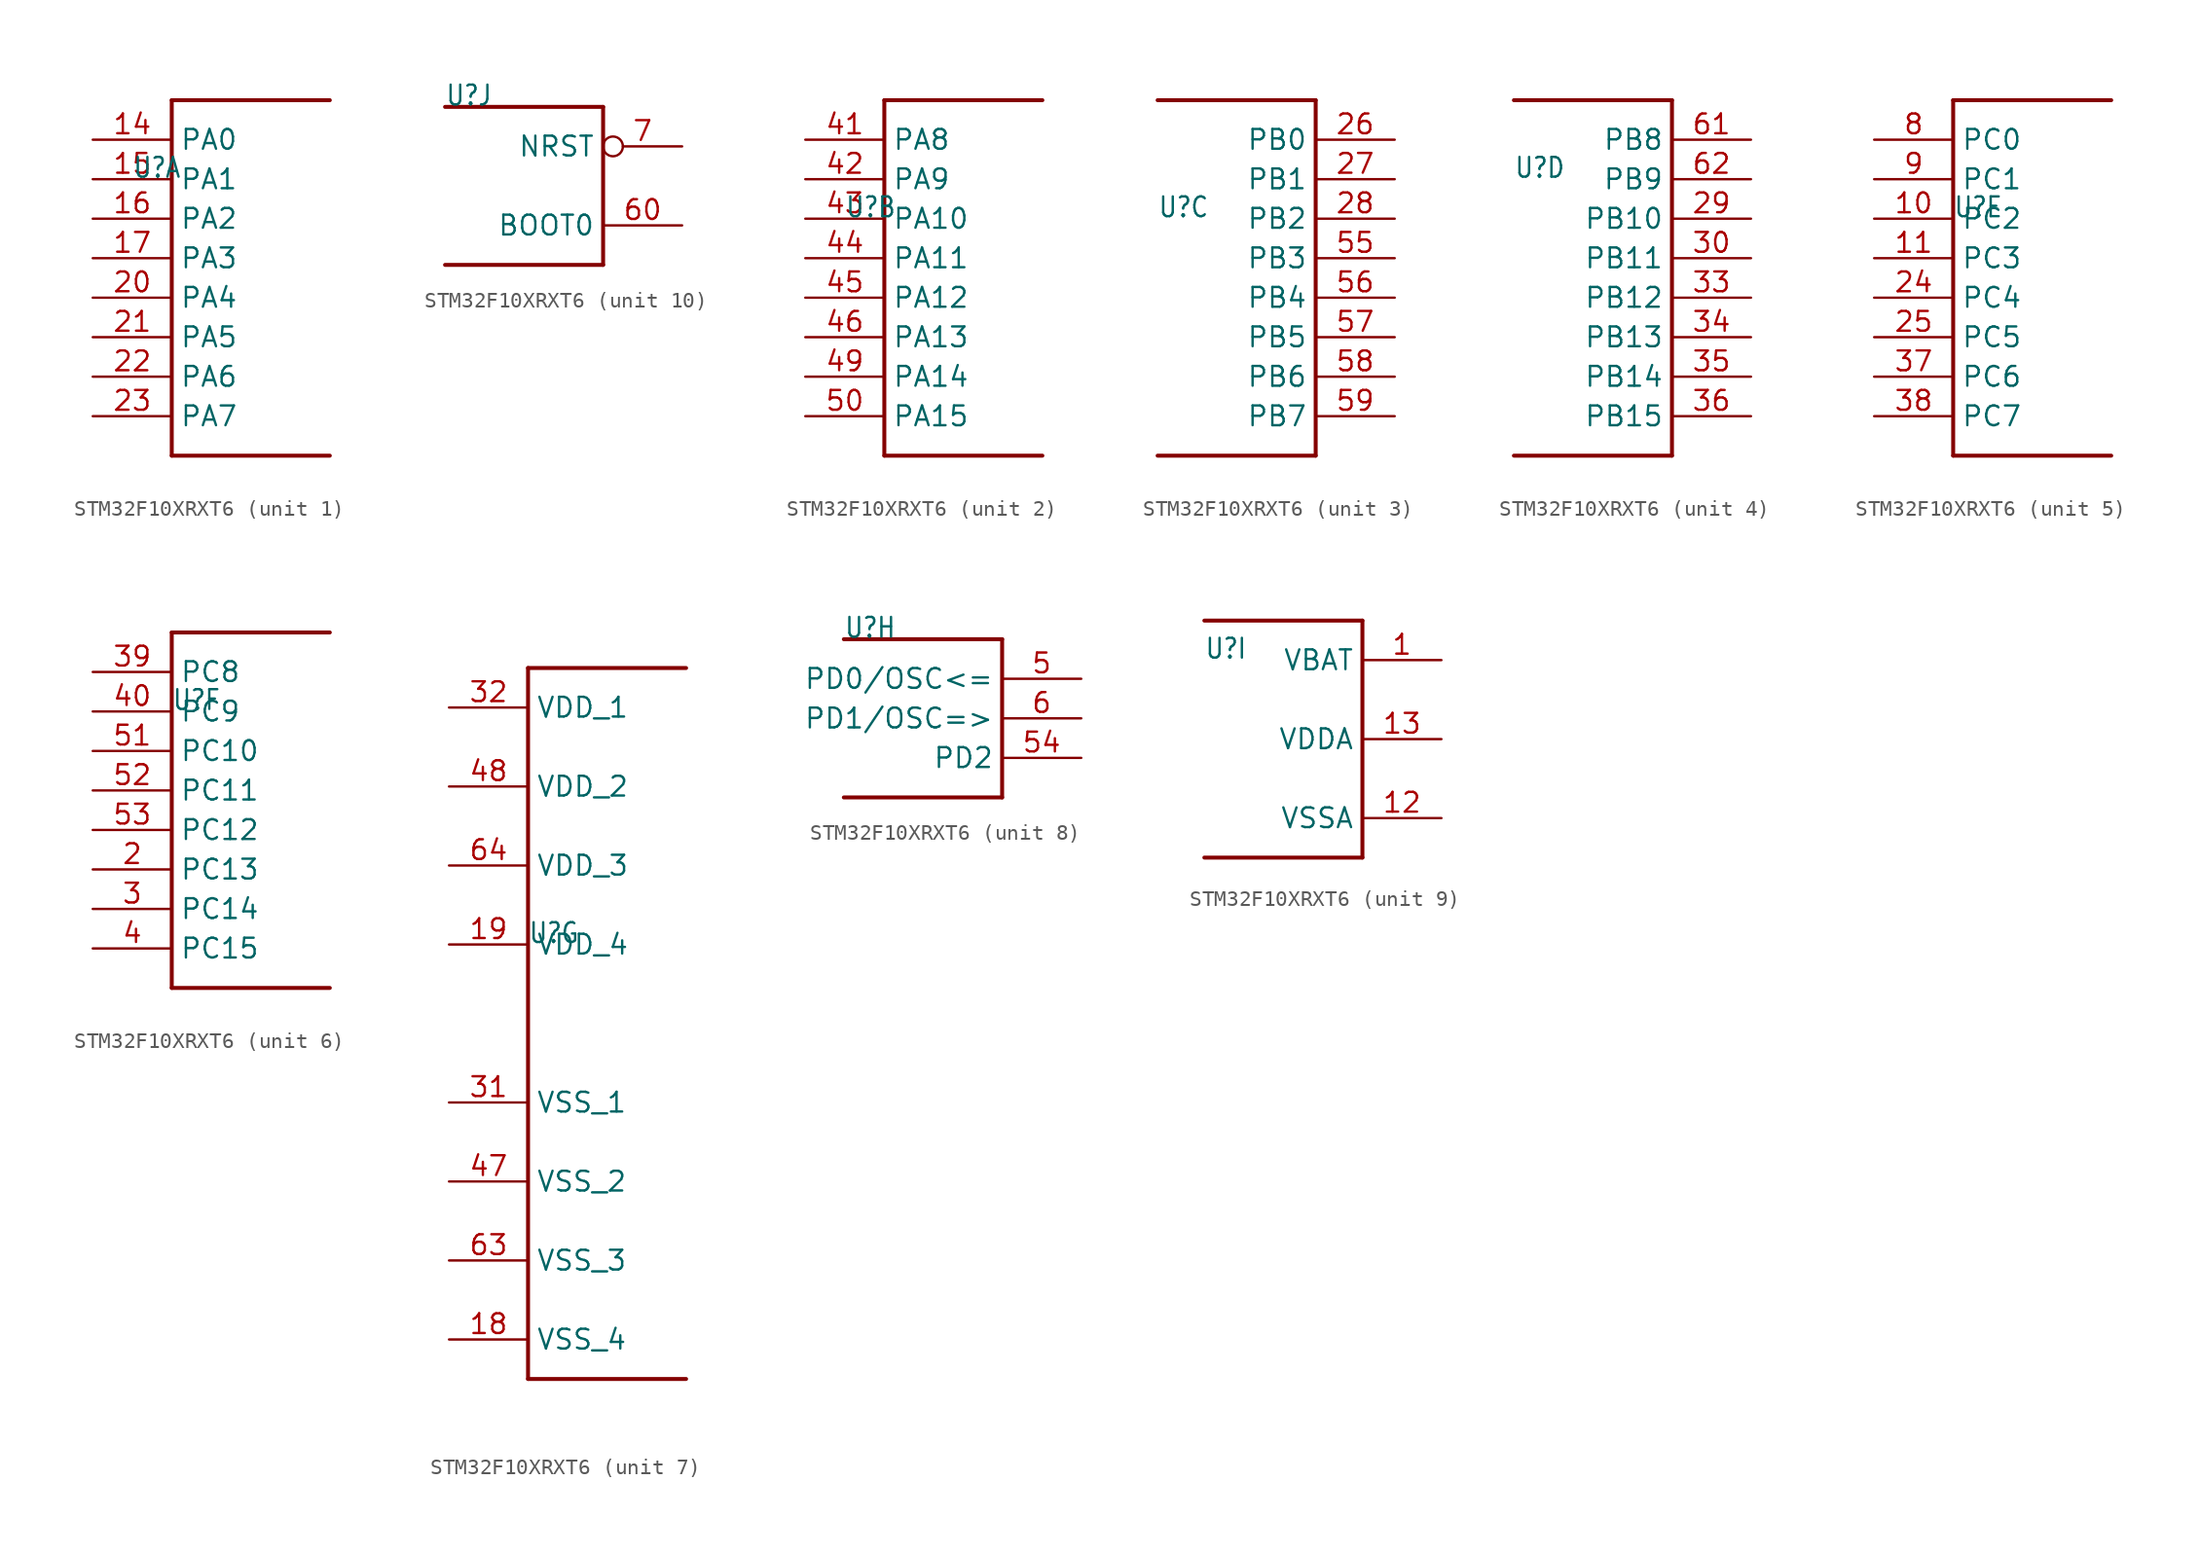
<source format=kicad_sym>
(kicad_symbol_lib
  (version 20220914)
  (generator kicad_symbol_editor)
  (symbol "STM32F10XRXT6"
    (property "Reference" "U"
      (at -5.08 5.08 0)
      (effects (font (size 1.27 1.079)) (justify left bottom)))
    (property "ki_locked" ""
      (at 0 0 0)
      (effects (font (size 1.27 1.27))))
    (symbol "STM32F10XRXT6_1_0"
      (polyline (pts (xy -2.54 -12.7) (xy 7.62 -12.7)) (stroke (width 0.254) (type solid)) (fill (type none)))
      (polyline (pts (xy -2.54 10.16) (xy -2.54 -12.7)) (stroke (width 0.254) (type solid)) (fill (type none)))
      (polyline (pts (xy 7.62 10.16) (xy -2.54 10.16)) (stroke (width 0.254) (type solid)) (fill (type none)))
      (pin bidirectional line (at -7.62 7.62 0) (length 5.08) (name "PA0" (effects (font (size 1.27 1.27)))) (number "14" (effects (font (size 1.27 1.27)))))
      (pin bidirectional line (at -7.62 5.08 0) (length 5.08) (name "PA1" (effects (font (size 1.27 1.27)))) (number "15" (effects (font (size 1.27 1.27)))))
      (pin bidirectional line (at -7.62 2.54 0) (length 5.08) (name "PA2" (effects (font (size 1.27 1.27)))) (number "16" (effects (font (size 1.27 1.27)))))
      (pin bidirectional line (at -7.62 0 0) (length 5.08) (name "PA3" (effects (font (size 1.27 1.27)))) (number "17" (effects (font (size 1.27 1.27)))))
      (pin bidirectional line (at -7.62 -2.54 0) (length 5.08) (name "PA4" (effects (font (size 1.27 1.27)))) (number "20" (effects (font (size 1.27 1.27)))))
      (pin bidirectional line (at -7.62 -5.08 0) (length 5.08) (name "PA5" (effects (font (size 1.27 1.27)))) (number "21" (effects (font (size 1.27 1.27)))))
      (pin bidirectional line (at -7.62 -7.62 0) (length 5.08) (name "PA6" (effects (font (size 1.27 1.27)))) (number "22" (effects (font (size 1.27 1.27)))))
      (pin bidirectional line (at -7.62 -10.16 0) (length 5.08) (name "PA7" (effects (font (size 1.27 1.27)))) (number "23" (effects (font (size 1.27 1.27))))))
    (symbol "STM32F10XRXT6_2_0"
      (polyline (pts (xy -2.54 -10.16) (xy 7.62 -10.16)) (stroke (width 0.254) (type solid)) (fill (type none)))
      (polyline (pts (xy -2.54 12.7) (xy -2.54 -10.16)) (stroke (width 0.254) (type solid)) (fill (type none)))
      (polyline (pts (xy 7.62 12.7) (xy -2.54 12.7)) (stroke (width 0.254) (type solid)) (fill (type none)))
      (pin bidirectional line (at -7.62 10.16 0) (length 5.08) (name "PA8" (effects (font (size 1.27 1.27)))) (number "41" (effects (font (size 1.27 1.27)))))
      (pin bidirectional line (at -7.62 7.62 0) (length 5.08) (name "PA9" (effects (font (size 1.27 1.27)))) (number "42" (effects (font (size 1.27 1.27)))))
      (pin bidirectional line (at -7.62 5.08 0) (length 5.08) (name "PA10" (effects (font (size 1.27 1.27)))) (number "43" (effects (font (size 1.27 1.27)))))
      (pin bidirectional line (at -7.62 2.54 0) (length 5.08) (name "PA11" (effects (font (size 1.27 1.27)))) (number "44" (effects (font (size 1.27 1.27)))))
      (pin bidirectional line (at -7.62 0 0) (length 5.08) (name "PA12" (effects (font (size 1.27 1.27)))) (number "45" (effects (font (size 1.27 1.27)))))
      (pin bidirectional line (at -7.62 -2.54 0) (length 5.08) (name "PA13" (effects (font (size 1.27 1.27)))) (number "46" (effects (font (size 1.27 1.27)))))
      (pin bidirectional line (at -7.62 -5.08 0) (length 5.08) (name "PA14" (effects (font (size 1.27 1.27)))) (number "49" (effects (font (size 1.27 1.27)))))
      (pin bidirectional line (at -7.62 -7.62 0) (length 5.08) (name "PA15" (effects (font (size 1.27 1.27)))) (number "50" (effects (font (size 1.27 1.27))))))
    (symbol "STM32F10XRXT6_3_0"
      (polyline (pts (xy -5.08 12.7) (xy 5.08 12.7)) (stroke (width 0.254) (type solid)) (fill (type none)))
      (polyline (pts (xy 5.08 -10.16) (xy -5.08 -10.16)) (stroke (width 0.254) (type solid)) (fill (type none)))
      (polyline (pts (xy 5.08 12.7) (xy 5.08 -10.16)) (stroke (width 0.254) (type solid)) (fill (type none)))
      (pin bidirectional line (at 10.16 10.16 180) (length 5.08) (name "PB0" (effects (font (size 1.27 1.27)))) (number "26" (effects (font (size 1.27 1.27)))))
      (pin bidirectional line (at 10.16 7.62 180) (length 5.08) (name "PB1" (effects (font (size 1.27 1.27)))) (number "27" (effects (font (size 1.27 1.27)))))
      (pin bidirectional line (at 10.16 5.08 180) (length 5.08) (name "PB2" (effects (font (size 1.27 1.27)))) (number "28" (effects (font (size 1.27 1.27)))))
      (pin bidirectional line (at 10.16 2.54 180) (length 5.08) (name "PB3" (effects (font (size 1.27 1.27)))) (number "55" (effects (font (size 1.27 1.27)))))
      (pin bidirectional line (at 10.16 0 180) (length 5.08) (name "PB4" (effects (font (size 1.27 1.27)))) (number "56" (effects (font (size 1.27 1.27)))))
      (pin bidirectional line (at 10.16 -2.54 180) (length 5.08) (name "PB5" (effects (font (size 1.27 1.27)))) (number "57" (effects (font (size 1.27 1.27)))))
      (pin bidirectional line (at 10.16 -5.08 180) (length 5.08) (name "PB6" (effects (font (size 1.27 1.27)))) (number "58" (effects (font (size 1.27 1.27)))))
      (pin bidirectional line (at 10.16 -7.62 180) (length 5.08) (name "PB7" (effects (font (size 1.27 1.27)))) (number "59" (effects (font (size 1.27 1.27))))))
    (symbol "STM32F10XRXT6_4_0"
      (polyline (pts (xy -5.08 10.16) (xy 5.08 10.16)) (stroke (width 0.254) (type solid)) (fill (type none)))
      (polyline (pts (xy 5.08 -12.7) (xy -5.08 -12.7)) (stroke (width 0.254) (type solid)) (fill (type none)))
      (polyline (pts (xy 5.08 10.16) (xy 5.08 -12.7)) (stroke (width 0.254) (type solid)) (fill (type none)))
      (pin bidirectional line (at 10.16 2.54 180) (length 5.08) (name "PB10" (effects (font (size 1.27 1.27)))) (number "29" (effects (font (size 1.27 1.27)))))
      (pin bidirectional line (at 10.16 0 180) (length 5.08) (name "PB11" (effects (font (size 1.27 1.27)))) (number "30" (effects (font (size 1.27 1.27)))))
      (pin bidirectional line (at 10.16 -2.54 180) (length 5.08) (name "PB12" (effects (font (size 1.27 1.27)))) (number "33" (effects (font (size 1.27 1.27)))))
      (pin bidirectional line (at 10.16 -5.08 180) (length 5.08) (name "PB13" (effects (font (size 1.27 1.27)))) (number "34" (effects (font (size 1.27 1.27)))))
      (pin bidirectional line (at 10.16 -7.62 180) (length 5.08) (name "PB14" (effects (font (size 1.27 1.27)))) (number "35" (effects (font (size 1.27 1.27)))))
      (pin bidirectional line (at 10.16 -10.16 180) (length 5.08) (name "PB15" (effects (font (size 1.27 1.27)))) (number "36" (effects (font (size 1.27 1.27)))))
      (pin bidirectional line (at 10.16 7.62 180) (length 5.08) (name "PB8" (effects (font (size 1.27 1.27)))) (number "61" (effects (font (size 1.27 1.27)))))
      (pin bidirectional line (at 10.16 5.08 180) (length 5.08) (name "PB9" (effects (font (size 1.27 1.27)))) (number "62" (effects (font (size 1.27 1.27))))))
    (symbol "STM32F10XRXT6_5_0"
      (polyline (pts (xy -5.08 -10.16) (xy 5.08 -10.16)) (stroke (width 0.254) (type solid)) (fill (type none)))
      (polyline (pts (xy -5.08 12.7) (xy -5.08 -10.16)) (stroke (width 0.254) (type solid)) (fill (type none)))
      (polyline (pts (xy 5.08 12.7) (xy -5.08 12.7)) (stroke (width 0.254) (type solid)) (fill (type none)))
      (pin bidirectional line (at -10.16 5.08 0) (length 5.08) (name "PC2" (effects (font (size 1.27 1.27)))) (number "10" (effects (font (size 1.27 1.27)))))
      (pin bidirectional line (at -10.16 2.54 0) (length 5.08) (name "PC3" (effects (font (size 1.27 1.27)))) (number "11" (effects (font (size 1.27 1.27)))))
      (pin bidirectional line (at -10.16 0 0) (length 5.08) (name "PC4" (effects (font (size 1.27 1.27)))) (number "24" (effects (font (size 1.27 1.27)))))
      (pin bidirectional line (at -10.16 -2.54 0) (length 5.08) (name "PC5" (effects (font (size 1.27 1.27)))) (number "25" (effects (font (size 1.27 1.27)))))
      (pin bidirectional line (at -10.16 -5.08 0) (length 5.08) (name "PC6" (effects (font (size 1.27 1.27)))) (number "37" (effects (font (size 1.27 1.27)))))
      (pin bidirectional line (at -10.16 -7.62 0) (length 5.08) (name "PC7" (effects (font (size 1.27 1.27)))) (number "38" (effects (font (size 1.27 1.27)))))
      (pin bidirectional line (at -10.16 10.16 0) (length 5.08) (name "PC0" (effects (font (size 1.27 1.27)))) (number "8" (effects (font (size 1.27 1.27)))))
      (pin bidirectional line (at -10.16 7.62 0) (length 5.08) (name "PC1" (effects (font (size 1.27 1.27)))) (number "9" (effects (font (size 1.27 1.27))))))
    (symbol "STM32F10XRXT6_6_0"
      (polyline (pts (xy -5.08 -12.7) (xy 5.08 -12.7)) (stroke (width 0.254) (type solid)) (fill (type none)))
      (polyline (pts (xy -5.08 10.16) (xy -5.08 -12.7)) (stroke (width 0.254) (type solid)) (fill (type none)))
      (polyline (pts (xy 5.08 10.16) (xy -5.08 10.16)) (stroke (width 0.254) (type solid)) (fill (type none)))
      (pin bidirectional line (at -10.16 -5.08 0) (length 5.08) (name "PC13" (effects (font (size 1.27 1.27)))) (number "2" (effects (font (size 1.27 1.27)))))
      (pin bidirectional line (at -10.16 -7.62 0) (length 5.08) (name "PC14" (effects (font (size 1.27 1.27)))) (number "3" (effects (font (size 1.27 1.27)))))
      (pin bidirectional line (at -10.16 7.62 0) (length 5.08) (name "PC8" (effects (font (size 1.27 1.27)))) (number "39" (effects (font (size 1.27 1.27)))))
      (pin bidirectional line (at -10.16 -10.16 0) (length 5.08) (name "PC15" (effects (font (size 1.27 1.27)))) (number "4" (effects (font (size 1.27 1.27)))))
      (pin bidirectional line (at -10.16 5.08 0) (length 5.08) (name "PC9" (effects (font (size 1.27 1.27)))) (number "40" (effects (font (size 1.27 1.27)))))
      (pin bidirectional line (at -10.16 2.54 0) (length 5.08) (name "PC10" (effects (font (size 1.27 1.27)))) (number "51" (effects (font (size 1.27 1.27)))))
      (pin bidirectional line (at -10.16 0 0) (length 5.08) (name "PC11" (effects (font (size 1.27 1.27)))) (number "52" (effects (font (size 1.27 1.27)))))
      (pin bidirectional line (at -10.16 -2.54 0) (length 5.08) (name "PC12" (effects (font (size 1.27 1.27)))) (number "53" (effects (font (size 1.27 1.27))))))
    (symbol "STM32F10XRXT6_7_0"
      (polyline (pts (xy -5.08 -22.86) (xy 5.08 -22.86)) (stroke (width 0.254) (type solid)) (fill (type none)))
      (polyline (pts (xy -5.08 22.86) (xy -5.08 -22.86)) (stroke (width 0.254) (type solid)) (fill (type none)))
      (polyline (pts (xy 5.08 22.86) (xy -5.08 22.86)) (stroke (width 0.254) (type solid)) (fill (type none)))
      (pin power_in line (at -10.16 -20.32 0) (length 5.08) (name "VSS_4" (effects (font (size 1.27 1.27)))) (number "18" (effects (font (size 1.27 1.27)))))
      (pin power_in line (at -10.16 5.08 0) (length 5.08) (name "VDD_4" (effects (font (size 1.27 1.27)))) (number "19" (effects (font (size 1.27 1.27)))))
      (pin power_in line (at -10.16 -5.08 0) (length 5.08) (name "VSS_1" (effects (font (size 1.27 1.27)))) (number "31" (effects (font (size 1.27 1.27)))))
      (pin power_in line (at -10.16 20.32 0) (length 5.08) (name "VDD_1" (effects (font (size 1.27 1.27)))) (number "32" (effects (font (size 1.27 1.27)))))
      (pin power_in line (at -10.16 -10.16 0) (length 5.08) (name "VSS_2" (effects (font (size 1.27 1.27)))) (number "47" (effects (font (size 1.27 1.27)))))
      (pin power_in line (at -10.16 15.24 0) (length 5.08) (name "VDD_2" (effects (font (size 1.27 1.27)))) (number "48" (effects (font (size 1.27 1.27)))))
      (pin power_in line (at -10.16 -15.24 0) (length 5.08) (name "VSS_3" (effects (font (size 1.27 1.27)))) (number "63" (effects (font (size 1.27 1.27)))))
      (pin power_in line (at -10.16 10.16 0) (length 5.08) (name "VDD_3" (effects (font (size 1.27 1.27)))) (number "64" (effects (font (size 1.27 1.27))))))
    (symbol "STM32F10XRXT6_8_0"
      (polyline (pts (xy -5.08 5.08) (xy 5.08 5.08)) (stroke (width 0.254) (type solid)) (fill (type none)))
      (polyline (pts (xy 5.08 -5.08) (xy -5.08 -5.08)) (stroke (width 0.254) (type solid)) (fill (type none)))
      (polyline (pts (xy 5.08 5.08) (xy 5.08 -5.08)) (stroke (width 0.254) (type solid)) (fill (type none)))
      (pin bidirectional line (at 10.16 2.54 180) (length 5.08) (name "PD0/OSC<=" (effects (font (size 1.27 1.27)))) (number "5" (effects (font (size 1.27 1.27)))))
      (pin bidirectional line (at 10.16 -2.54 180) (length 5.08) (name "PD2" (effects (font (size 1.27 1.27)))) (number "54" (effects (font (size 1.27 1.27)))))
      (pin bidirectional line (at 10.16 0 180) (length 5.08) (name "PD1/OSC=>" (effects (font (size 1.27 1.27)))) (number "6" (effects (font (size 1.27 1.27))))))
    (symbol "STM32F10XRXT6_9_0"
      (polyline (pts (xy -5.08 7.62) (xy 5.08 7.62)) (stroke (width 0.254) (type solid)) (fill (type none)))
      (polyline (pts (xy 5.08 -7.62) (xy -5.08 -7.62)) (stroke (width 0.254) (type solid)) (fill (type none)))
      (polyline (pts (xy 5.08 7.62) (xy 5.08 -7.62)) (stroke (width 0.254) (type solid)) (fill (type none)))
      (pin power_in line (at 10.16 5.08 180) (length 5.08) (name "VBAT" (effects (font (size 1.27 1.27)))) (number "1" (effects (font (size 1.27 1.27)))))
      (pin power_in line (at 10.16 -5.08 180) (length 5.08) (name "VSSA" (effects (font (size 1.27 1.27)))) (number "12" (effects (font (size 1.27 1.27)))))
      (pin power_in line (at 10.16 0 180) (length 5.08) (name "VDDA" (effects (font (size 1.27 1.27)))) (number "13" (effects (font (size 1.27 1.27))))))
    (symbol "STM32F10XRXT6_10_0"
      (polyline (pts (xy -5.08 5.08) (xy 5.08 5.08)) (stroke (width 0.254) (type solid)) (fill (type none)))
      (polyline (pts (xy 5.08 -5.08) (xy -5.08 -5.08)) (stroke (width 0.254) (type solid)) (fill (type none)))
      (polyline (pts (xy 5.08 5.08) (xy 5.08 -5.08)) (stroke (width 0.254) (type solid)) (fill (type none)))
      (pin input line (at 10.16 -2.54 180) (length 5.08) (name "BOOT0" (effects (font (size 1.27 1.27)))) (number "60" (effects (font (size 1.27 1.27)))))
      (pin input inverted (at 10.16 2.54 180) (length 5.08) (name "NRST" (effects (font (size 1.27 1.27)))) (number "7" (effects (font (size 1.27 1.27))))))))
</source>
